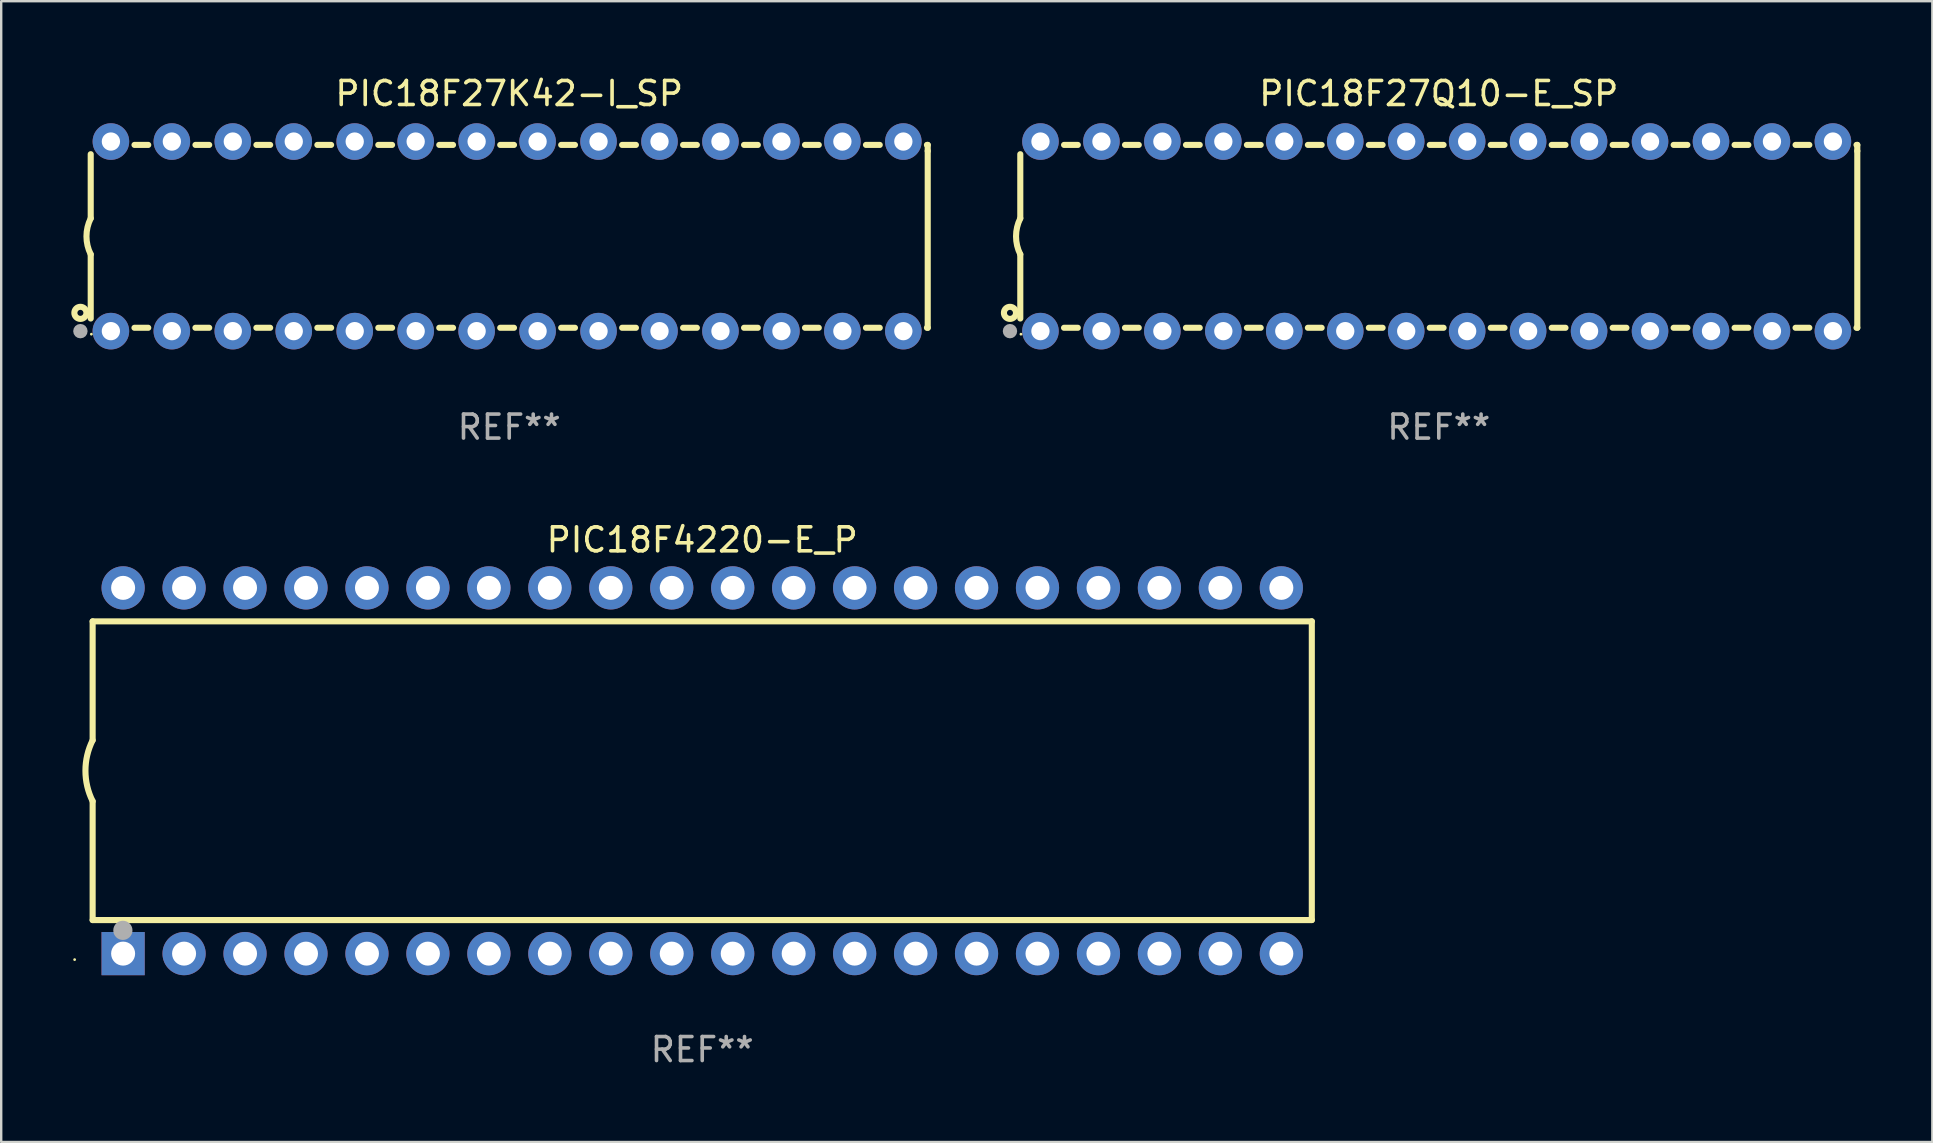
<source format=kicad_pcb>
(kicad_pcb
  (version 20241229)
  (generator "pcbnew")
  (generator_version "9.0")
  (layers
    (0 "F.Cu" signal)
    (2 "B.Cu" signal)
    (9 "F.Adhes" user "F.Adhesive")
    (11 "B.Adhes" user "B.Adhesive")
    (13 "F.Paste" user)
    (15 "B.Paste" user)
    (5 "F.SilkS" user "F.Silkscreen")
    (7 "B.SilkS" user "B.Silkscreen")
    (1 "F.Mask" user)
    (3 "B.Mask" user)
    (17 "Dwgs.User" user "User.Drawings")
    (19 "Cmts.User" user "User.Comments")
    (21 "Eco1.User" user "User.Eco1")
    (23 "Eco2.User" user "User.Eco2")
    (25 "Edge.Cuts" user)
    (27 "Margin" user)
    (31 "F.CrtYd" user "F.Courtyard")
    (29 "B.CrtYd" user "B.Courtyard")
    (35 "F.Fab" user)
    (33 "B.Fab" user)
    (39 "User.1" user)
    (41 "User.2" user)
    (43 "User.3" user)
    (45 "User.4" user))
  (footprint "PIC18F4220-E_P"
    (layer "F.Cu")
    (at 26.21 29.065)
    (property "Reference" "PIC18F4220-E_P" (at 0 -9.62 0) (layer "F.SilkS") (effects (font (size 1 1) (thickness 0.15))))
    (attr through_hole)
    (fp_line (start -25.4 -6.224) (end -25.4 -1.271) (stroke (width 0.254) (type solid)) (layer "F.SilkS"))
    (fp_line (start -25.4 -6.224) (end 25.4 -6.224) (stroke (width 0.254) (type solid)) (layer "F.SilkS"))
    (fp_line (start -25.4 1.269) (end -25.4 6.222) (stroke (width 0.254) (type solid)) (layer "F.SilkS"))
    (fp_line (start -25.4 6.222) (end 25.4 6.222) (stroke (width 0.254) (type solid)) (layer "F.SilkS"))
    (fp_line (start 25.4 6.222) (end 25.4 -6.224) (stroke (width 0.254) (type solid)) (layer "F.SilkS"))
    (fp_arc (start -25.4 1.269241) (mid -25.699807 -0.000762) (end -25.4 -1.270765) (stroke (width 0.254001) (type solid)) (layer "F.SilkS"))
    (fp_circle (center -26.15 7.87) (end -26.12 7.87) (stroke (width 0.06) (type solid)) (fill no) (layer "F.SilkS"))
    (fp_circle (center -24.14 6.65) (end -23.94 6.65) (stroke (width 0.4) (type solid)) (fill no) (layer "F.Fab"))
    (fp_text user "REF**" (at 0 11.62 0) (layer "F.Fab") (effects (font (size 1 1) (thickness 0.15))))
    (pad "1" thru_hole rect (at -24.13 7.62 90) (size 1.8 1.8) (drill 1) (layers "*.Cu" "*.Mask"))
    (pad "2" thru_hole circle (at -21.59 7.62) (size 1.8 1.8) (drill 1) (layers "*.Cu" "*.Mask"))
    (pad "3" thru_hole circle (at -19.05 7.62) (size 1.8 1.8) (drill 1) (layers "*.Cu" "*.Mask"))
    (pad "4" thru_hole circle (at -16.51 7.62) (size 1.8 1.8) (drill 1) (layers "*.Cu" "*.Mask"))
    (pad "5" thru_hole circle (at -13.97 7.62) (size 1.8 1.8) (drill 1) (layers "*.Cu" "*.Mask"))
    (pad "6" thru_hole circle (at -11.43 7.62) (size 1.8 1.8) (drill 1) (layers "*.Cu" "*.Mask"))
    (pad "7" thru_hole circle (at -8.89 7.62) (size 1.8 1.8) (drill 1) (layers "*.Cu" "*.Mask"))
    (pad "8" thru_hole circle (at -6.35 7.62) (size 1.8 1.8) (drill 1) (layers "*.Cu" "*.Mask"))
    (pad "9" thru_hole circle (at -3.81 7.62) (size 1.8 1.8) (drill 1) (layers "*.Cu" "*.Mask"))
    (pad "10" thru_hole circle (at -1.27 7.62) (size 1.8 1.8) (drill 1) (layers "*.Cu" "*.Mask"))
    (pad "11" thru_hole circle (at 1.27 7.62) (size 1.8 1.8) (drill 1) (layers "*.Cu" "*.Mask"))
    (pad "12" thru_hole circle (at 3.81 7.62) (size 1.8 1.8) (drill 1) (layers "*.Cu" "*.Mask"))
    (pad "13" thru_hole circle (at 6.35 7.62) (size 1.8 1.8) (drill 1) (layers "*.Cu" "*.Mask"))
    (pad "14" thru_hole circle (at 8.89 7.62) (size 1.8 1.8) (drill 1) (layers "*.Cu" "*.Mask"))
    (pad "15" thru_hole circle (at 11.43 7.62) (size 1.8 1.8) (drill 1) (layers "*.Cu" "*.Mask"))
    (pad "16" thru_hole circle (at 13.97 7.62) (size 1.8 1.8) (drill 1) (layers "*.Cu" "*.Mask"))
    (pad "17" thru_hole circle (at 16.51 7.62) (size 1.8 1.8) (drill 1) (layers "*.Cu" "*.Mask"))
    (pad "18" thru_hole circle (at 19.05 7.62) (size 1.8 1.8) (drill 1) (layers "*.Cu" "*.Mask"))
    (pad "19" thru_hole circle (at 21.59 7.62) (size 1.8 1.8) (drill 1) (layers "*.Cu" "*.Mask"))
    (pad "20" thru_hole circle (at 24.13 7.62) (size 1.8 1.8) (drill 1) (layers "*.Cu" "*.Mask"))
    (pad "21" thru_hole circle (at 24.13 -7.62) (size 1.8 1.8) (drill 1) (layers "*.Cu" "*.Mask"))
    (pad "22" thru_hole circle (at 21.59 -7.62) (size 1.8 1.8) (drill 1) (layers "*.Cu" "*.Mask"))
    (pad "23" thru_hole circle (at 19.05 -7.62) (size 1.8 1.8) (drill 1) (layers "*.Cu" "*.Mask"))
    (pad "24" thru_hole circle (at 16.51 -7.62) (size 1.8 1.8) (drill 1) (layers "*.Cu" "*.Mask"))
    (pad "25" thru_hole circle (at 13.97 -7.62) (size 1.8 1.8) (drill 1) (layers "*.Cu" "*.Mask"))
    (pad "26" thru_hole circle (at 11.43 -7.62) (size 1.8 1.8) (drill 1) (layers "*.Cu" "*.Mask"))
    (pad "27" thru_hole circle (at 8.89 -7.62) (size 1.8 1.8) (drill 1) (layers "*.Cu" "*.Mask"))
    (pad "28" thru_hole circle (at 6.35 -7.62) (size 1.8 1.8) (drill 1) (layers "*.Cu" "*.Mask"))
    (pad "29" thru_hole circle (at 3.81 -7.62) (size 1.8 1.8) (drill 1) (layers "*.Cu" "*.Mask"))
    (pad "30" thru_hole circle (at 1.27 -7.62) (size 1.8 1.8) (drill 1) (layers "*.Cu" "*.Mask"))
    (pad "31" thru_hole circle (at -1.27 -7.62) (size 1.8 1.8) (drill 1) (layers "*.Cu" "*.Mask"))
    (pad "32" thru_hole circle (at -3.81 -7.62) (size 1.8 1.8) (drill 1) (layers "*.Cu" "*.Mask"))
    (pad "33" thru_hole circle (at -6.35 -7.62) (size 1.8 1.8) (drill 1) (layers "*.Cu" "*.Mask"))
    (pad "34" thru_hole circle (at -8.89 -7.62) (size 1.8 1.8) (drill 1) (layers "*.Cu" "*.Mask"))
    (pad "35" thru_hole circle (at -11.43 -7.62) (size 1.8 1.8) (drill 1) (layers "*.Cu" "*.Mask"))
    (pad "36" thru_hole circle (at -13.97 -7.62) (size 1.8 1.8) (drill 1) (layers "*.Cu" "*.Mask"))
    (pad "37" thru_hole circle (at -16.51 -7.62) (size 1.8 1.8) (drill 1) (layers "*.Cu" "*.Mask"))
    (pad "38" thru_hole circle (at -19.05 -7.62) (size 1.8 1.8) (drill 1) (layers "*.Cu" "*.Mask"))
    (pad "39" thru_hole circle (at -21.59 -7.62) (size 1.8 1.8) (drill 1) (layers "*.Cu" "*.Mask"))
    (pad "40" thru_hole circle (at -24.13 -7.62) (size 1.8 1.8) (drill 1) (layers "*.Cu" "*.Mask")))
  (footprint "PIC18F27Q10-E_SP"
    (layer "F.Cu")
    (at 56.901 6.798)
    (property "Reference" "PIC18F27Q10-E_SP" (at 0 -5.95 0) (layer "F.SilkS") (effects (font (size 1 1) (thickness 0.15))))
    (attr through_hole)
    (fp_line (start -17.438 0.75) (end -17.438 3.423) (stroke (width 0.254) (type solid)) (layer "F.SilkS"))
    (fp_line (start -17.438 -3.423) (end -17.438 -0.75) (stroke (width 0.254) (type solid)) (layer "F.SilkS"))
    (fp_line (start -15.615 3.81) (end -15.041 3.81) (stroke (width 0.254) (type solid)) (layer "F.SilkS"))
    (fp_line (start -15.041 -3.81) (end -15.614 -3.81) (stroke (width 0.254) (type solid)) (layer "F.SilkS"))
    (fp_line (start -13.075 3.81) (end -12.501 3.81) (stroke (width 0.254) (type solid)) (layer "F.SilkS"))
    (fp_line (start -12.501 -3.81) (end -13.074 -3.81) (stroke (width 0.254) (type solid)) (layer "F.SilkS"))
    (fp_line (start -10.535 3.81) (end -9.961 3.81) (stroke (width 0.254) (type solid)) (layer "F.SilkS"))
    (fp_line (start -9.961 -3.81) (end -10.534 -3.81) (stroke (width 0.254) (type solid)) (layer "F.SilkS"))
    (fp_line (start -7.995 3.81) (end -7.421 3.81) (stroke (width 0.254) (type solid)) (layer "F.SilkS"))
    (fp_line (start -7.421 -3.81) (end -7.995 -3.81) (stroke (width 0.254) (type solid)) (layer "F.SilkS"))
    (fp_line (start -5.455 3.81) (end -4.881 3.81) (stroke (width 0.254) (type solid)) (layer "F.SilkS"))
    (fp_line (start -4.881 -3.81) (end -5.455 -3.81) (stroke (width 0.254) (type solid)) (layer "F.SilkS"))
    (fp_line (start -2.915 3.81) (end -2.341 3.81) (stroke (width 0.254) (type solid)) (layer "F.SilkS"))
    (fp_line (start -2.341 -3.81) (end -2.915 -3.81) (stroke (width 0.254) (type solid)) (layer "F.SilkS"))
    (fp_line (start -0.375 3.81) (end 0.199 3.81) (stroke (width 0.254) (type solid)) (layer "F.SilkS"))
    (fp_line (start 0.199 -3.81) (end -0.375 -3.81) (stroke (width 0.254) (type solid)) (layer "F.SilkS"))
    (fp_line (start 2.165 3.81) (end 2.739 3.81) (stroke (width 0.254) (type solid)) (layer "F.SilkS"))
    (fp_line (start 2.739 -3.81) (end 2.165 -3.81) (stroke (width 0.254) (type solid)) (layer "F.SilkS"))
    (fp_line (start 4.705 3.81) (end 5.279 3.81) (stroke (width 0.254) (type solid)) (layer "F.SilkS"))
    (fp_line (start 5.279 -3.81) (end 4.705 -3.81) (stroke (width 0.254) (type solid)) (layer "F.SilkS"))
    (fp_line (start 7.245 3.81) (end 7.819 3.81) (stroke (width 0.254) (type solid)) (layer "F.SilkS"))
    (fp_line (start 7.819 -3.81) (end 7.245 -3.81) (stroke (width 0.254) (type solid)) (layer "F.SilkS"))
    (fp_line (start 9.785 3.81) (end 10.359 3.81) (stroke (width 0.254) (type solid)) (layer "F.SilkS"))
    (fp_line (start 10.359 -3.81) (end 9.785 -3.81) (stroke (width 0.254) (type solid)) (layer "F.SilkS"))
    (fp_line (start 12.325 3.81) (end 12.899 3.81) (stroke (width 0.254) (type solid)) (layer "F.SilkS"))
    (fp_line (start 12.899 -3.81) (end 12.325 -3.81) (stroke (width 0.254) (type solid)) (layer "F.SilkS"))
    (fp_line (start 14.865 3.81) (end 15.439 3.81) (stroke (width 0.254) (type solid)) (layer "F.SilkS"))
    (fp_line (start 15.439 -3.81) (end 14.865 -3.81) (stroke (width 0.254) (type solid)) (layer "F.SilkS"))
    (fp_line (start 17.405 3.81) (end 17.438 3.81) (stroke (width 0.254) (type solid)) (layer "F.SilkS"))
    (fp_line (start 17.438 -3.81) (end 17.405 -3.81) (stroke (width 0.254) (type solid)) (layer "F.SilkS"))
    (fp_line (start 17.438 -3.556) (end 17.438 -3.81) (stroke (width 0.254) (type solid)) (layer "F.SilkS"))
    (fp_line (start 17.438 3.81) (end 17.438 -3.556) (stroke (width 0.254) (type solid)) (layer "F.SilkS"))
    (fp_arc (start -17.437986 0.749657) (mid -17.614887 -0.000024) (end -17.437783 -0.749657) (stroke (width 0.254001) (type solid)) (layer "F.SilkS"))
    (fp_circle (center -17.868 3.188) (end -17.743 3.188) (stroke (width 0.254) (type solid)) (fill no) (layer "F.SilkS"))
    (fp_circle (center -17.411 4.077) (end -17.381 4.077) (stroke (width 0.06) (type solid)) (fill no) (layer "F.SilkS"))
    (fp_circle (center -17.868 3.95) (end -17.718 3.95) (stroke (width 0.3) (type solid)) (fill no) (layer "F.Fab"))
    (fp_text user "REF**" (at 0 7.95 0) (layer "F.Fab") (effects (font (size 1 1) (thickness 0.15))))
    (pad "1" thru_hole circle (at -16.598 3.95) (size 1.524 1.524) (drill 0.762) (layers "*.Cu" "*.Mask"))
    (pad "2" thru_hole circle (at -14.058 3.95) (size 1.524 1.524) (drill 0.762) (layers "*.Cu" "*.Mask"))
    (pad "3" thru_hole circle (at -11.518 3.95) (size 1.524 1.524) (drill 0.762) (layers "*.Cu" "*.Mask"))
    (pad "4" thru_hole circle (at -8.978 3.95) (size 1.524 1.524) (drill 0.762) (layers "*.Cu" "*.Mask"))
    (pad "5" thru_hole circle (at -6.438 3.95) (size 1.524 1.524) (drill 0.762) (layers "*.Cu" "*.Mask"))
    (pad "6" thru_hole circle (at -3.898 3.95) (size 1.524 1.524) (drill 0.762) (layers "*.Cu" "*.Mask"))
    (pad "7" thru_hole circle (at -1.358 3.95) (size 1.524 1.524) (drill 0.762) (layers "*.Cu" "*.Mask"))
    (pad "8" thru_hole circle (at 1.182 3.95) (size 1.524 1.524) (drill 0.762) (layers "*.Cu" "*.Mask"))
    (pad "9" thru_hole circle (at 3.722 3.95) (size 1.524 1.524) (drill 0.762) (layers "*.Cu" "*.Mask"))
    (pad "10" thru_hole circle (at 6.262 3.95) (size 1.524 1.524) (drill 0.762) (layers "*.Cu" "*.Mask"))
    (pad "11" thru_hole circle (at 8.802 3.95) (size 1.524 1.524) (drill 0.762) (layers "*.Cu" "*.Mask"))
    (pad "12" thru_hole circle (at 11.342 3.95) (size 1.524 1.524) (drill 0.762) (layers "*.Cu" "*.Mask"))
    (pad "13" thru_hole circle (at 13.882 3.95) (size 1.524 1.524) (drill 0.762) (layers "*.Cu" "*.Mask"))
    (pad "14" thru_hole circle (at 16.422 3.95) (size 1.524 1.524) (drill 0.762) (layers "*.Cu" "*.Mask"))
    (pad "15" thru_hole circle (at 16.422 -3.95) (size 1.524 1.524) (drill 0.762) (layers "*.Cu" "*.Mask"))
    (pad "16" thru_hole circle (at 13.882 -3.95) (size 1.524 1.524) (drill 0.762) (layers "*.Cu" "*.Mask"))
    (pad "17" thru_hole circle (at 11.342 -3.95) (size 1.524 1.524) (drill 0.762) (layers "*.Cu" "*.Mask"))
    (pad "18" thru_hole circle (at 8.802 -3.95) (size 1.524 1.524) (drill 0.762) (layers "*.Cu" "*.Mask"))
    (pad "19" thru_hole circle (at 6.262 -3.95) (size 1.524 1.524) (drill 0.762) (layers "*.Cu" "*.Mask"))
    (pad "20" thru_hole circle (at 3.722 -3.95) (size 1.524 1.524) (drill 0.762) (layers "*.Cu" "*.Mask"))
    (pad "21" thru_hole circle (at 1.182 -3.95) (size 1.524 1.524) (drill 0.762) (layers "*.Cu" "*.Mask"))
    (pad "22" thru_hole circle (at -1.358 -3.95) (size 1.524 1.524) (drill 0.762) (layers "*.Cu" "*.Mask"))
    (pad "23" thru_hole circle (at -3.898 -3.95) (size 1.524 1.524) (drill 0.762) (layers "*.Cu" "*.Mask"))
    (pad "24" thru_hole circle (at -6.438 -3.95) (size 1.524 1.524) (drill 0.762) (layers "*.Cu" "*.Mask"))
    (pad "25" thru_hole circle (at -8.978 -3.95) (size 1.524 1.524) (drill 0.762) (layers "*.Cu" "*.Mask"))
    (pad "26" thru_hole circle (at -11.517 -3.95) (size 1.524 1.524) (drill 0.762) (layers "*.Cu" "*.Mask"))
    (pad "27" thru_hole circle (at -14.057 -3.95) (size 1.524 1.524) (drill 0.762) (layers "*.Cu" "*.Mask"))
    (pad "28" thru_hole circle (at -16.597 -3.95) (size 1.524 1.524) (drill 0.762) (layers "*.Cu" "*.Mask")))
  (footprint "PIC18F27K42-I_SP"
    (layer "F.Cu")
    (at 18.168 6.798)
    (property "Reference" "PIC18F27K42-I_SP" (at 0 -5.95 0) (layer "F.SilkS") (effects (font (size 1 1) (thickness 0.15))))
    (attr through_hole)
    (fp_line (start -17.438 0.75) (end -17.438 3.423) (stroke (width 0.254) (type solid)) (layer "F.SilkS"))
    (fp_line (start -17.438 -3.423) (end -17.438 -0.75) (stroke (width 0.254) (type solid)) (layer "F.SilkS"))
    (fp_line (start -15.615 3.81) (end -15.041 3.81) (stroke (width 0.254) (type solid)) (layer "F.SilkS"))
    (fp_line (start -15.041 -3.81) (end -15.614 -3.81) (stroke (width 0.254) (type solid)) (layer "F.SilkS"))
    (fp_line (start -13.075 3.81) (end -12.501 3.81) (stroke (width 0.254) (type solid)) (layer "F.SilkS"))
    (fp_line (start -12.501 -3.81) (end -13.074 -3.81) (stroke (width 0.254) (type solid)) (layer "F.SilkS"))
    (fp_line (start -10.535 3.81) (end -9.961 3.81) (stroke (width 0.254) (type solid)) (layer "F.SilkS"))
    (fp_line (start -9.961 -3.81) (end -10.534 -3.81) (stroke (width 0.254) (type solid)) (layer "F.SilkS"))
    (fp_line (start -7.995 3.81) (end -7.421 3.81) (stroke (width 0.254) (type solid)) (layer "F.SilkS"))
    (fp_line (start -7.421 -3.81) (end -7.995 -3.81) (stroke (width 0.254) (type solid)) (layer "F.SilkS"))
    (fp_line (start -5.455 3.81) (end -4.881 3.81) (stroke (width 0.254) (type solid)) (layer "F.SilkS"))
    (fp_line (start -4.881 -3.81) (end -5.455 -3.81) (stroke (width 0.254) (type solid)) (layer "F.SilkS"))
    (fp_line (start -2.915 3.81) (end -2.341 3.81) (stroke (width 0.254) (type solid)) (layer "F.SilkS"))
    (fp_line (start -2.341 -3.81) (end -2.915 -3.81) (stroke (width 0.254) (type solid)) (layer "F.SilkS"))
    (fp_line (start -0.375 3.81) (end 0.199 3.81) (stroke (width 0.254) (type solid)) (layer "F.SilkS"))
    (fp_line (start 0.199 -3.81) (end -0.375 -3.81) (stroke (width 0.254) (type solid)) (layer "F.SilkS"))
    (fp_line (start 2.165 3.81) (end 2.739 3.81) (stroke (width 0.254) (type solid)) (layer "F.SilkS"))
    (fp_line (start 2.739 -3.81) (end 2.165 -3.81) (stroke (width 0.254) (type solid)) (layer "F.SilkS"))
    (fp_line (start 4.705 3.81) (end 5.279 3.81) (stroke (width 0.254) (type solid)) (layer "F.SilkS"))
    (fp_line (start 5.279 -3.81) (end 4.705 -3.81) (stroke (width 0.254) (type solid)) (layer "F.SilkS"))
    (fp_line (start 7.245 3.81) (end 7.819 3.81) (stroke (width 0.254) (type solid)) (layer "F.SilkS"))
    (fp_line (start 7.819 -3.81) (end 7.245 -3.81) (stroke (width 0.254) (type solid)) (layer "F.SilkS"))
    (fp_line (start 9.785 3.81) (end 10.359 3.81) (stroke (width 0.254) (type solid)) (layer "F.SilkS"))
    (fp_line (start 10.359 -3.81) (end 9.785 -3.81) (stroke (width 0.254) (type solid)) (layer "F.SilkS"))
    (fp_line (start 12.325 3.81) (end 12.899 3.81) (stroke (width 0.254) (type solid)) (layer "F.SilkS"))
    (fp_line (start 12.899 -3.81) (end 12.325 -3.81) (stroke (width 0.254) (type solid)) (layer "F.SilkS"))
    (fp_line (start 14.865 3.81) (end 15.439 3.81) (stroke (width 0.254) (type solid)) (layer "F.SilkS"))
    (fp_line (start 15.439 -3.81) (end 14.865 -3.81) (stroke (width 0.254) (type solid)) (layer "F.SilkS"))
    (fp_line (start 17.405 3.81) (end 17.438 3.81) (stroke (width 0.254) (type solid)) (layer "F.SilkS"))
    (fp_line (start 17.438 -3.81) (end 17.405 -3.81) (stroke (width 0.254) (type solid)) (layer "F.SilkS"))
    (fp_line (start 17.438 -3.556) (end 17.438 -3.81) (stroke (width 0.254) (type solid)) (layer "F.SilkS"))
    (fp_line (start 17.438 3.81) (end 17.438 -3.556) (stroke (width 0.254) (type solid)) (layer "F.SilkS"))
    (fp_arc (start -17.437986 0.749657) (mid -17.614887 -0.000024) (end -17.437783 -0.749657) (stroke (width 0.254001) (type solid)) (layer "F.SilkS"))
    (fp_circle (center -17.868 3.188) (end -17.743 3.188) (stroke (width 0.254) (type solid)) (fill no) (layer "F.SilkS"))
    (fp_circle (center -17.411 4.077) (end -17.381 4.077) (stroke (width 0.06) (type solid)) (fill no) (layer "F.SilkS"))
    (fp_circle (center -17.868 3.95) (end -17.718 3.95) (stroke (width 0.3) (type solid)) (fill no) (layer "F.Fab"))
    (fp_text user "REF**" (at 0 7.95 0) (layer "F.Fab") (effects (font (size 1 1) (thickness 0.15))))
    (pad "1" thru_hole circle (at -16.598 3.95) (size 1.524 1.524) (drill 0.762) (layers "*.Cu" "*.Mask"))
    (pad "2" thru_hole circle (at -14.058 3.95) (size 1.524 1.524) (drill 0.762) (layers "*.Cu" "*.Mask"))
    (pad "3" thru_hole circle (at -11.518 3.95) (size 1.524 1.524) (drill 0.762) (layers "*.Cu" "*.Mask"))
    (pad "4" thru_hole circle (at -8.978 3.95) (size 1.524 1.524) (drill 0.762) (layers "*.Cu" "*.Mask"))
    (pad "5" thru_hole circle (at -6.438 3.95) (size 1.524 1.524) (drill 0.762) (layers "*.Cu" "*.Mask"))
    (pad "6" thru_hole circle (at -3.898 3.95) (size 1.524 1.524) (drill 0.762) (layers "*.Cu" "*.Mask"))
    (pad "7" thru_hole circle (at -1.358 3.95) (size 1.524 1.524) (drill 0.762) (layers "*.Cu" "*.Mask"))
    (pad "8" thru_hole circle (at 1.182 3.95) (size 1.524 1.524) (drill 0.762) (layers "*.Cu" "*.Mask"))
    (pad "9" thru_hole circle (at 3.722 3.95) (size 1.524 1.524) (drill 0.762) (layers "*.Cu" "*.Mask"))
    (pad "10" thru_hole circle (at 6.262 3.95) (size 1.524 1.524) (drill 0.762) (layers "*.Cu" "*.Mask"))
    (pad "11" thru_hole circle (at 8.802 3.95) (size 1.524 1.524) (drill 0.762) (layers "*.Cu" "*.Mask"))
    (pad "12" thru_hole circle (at 11.342 3.95) (size 1.524 1.524) (drill 0.762) (layers "*.Cu" "*.Mask"))
    (pad "13" thru_hole circle (at 13.882 3.95) (size 1.524 1.524) (drill 0.762) (layers "*.Cu" "*.Mask"))
    (pad "14" thru_hole circle (at 16.422 3.95) (size 1.524 1.524) (drill 0.762) (layers "*.Cu" "*.Mask"))
    (pad "15" thru_hole circle (at 16.422 -3.95) (size 1.524 1.524) (drill 0.762) (layers "*.Cu" "*.Mask"))
    (pad "16" thru_hole circle (at 13.882 -3.95) (size 1.524 1.524) (drill 0.762) (layers "*.Cu" "*.Mask"))
    (pad "17" thru_hole circle (at 11.342 -3.95) (size 1.524 1.524) (drill 0.762) (layers "*.Cu" "*.Mask"))
    (pad "18" thru_hole circle (at 8.802 -3.95) (size 1.524 1.524) (drill 0.762) (layers "*.Cu" "*.Mask"))
    (pad "19" thru_hole circle (at 6.262 -3.95) (size 1.524 1.524) (drill 0.762) (layers "*.Cu" "*.Mask"))
    (pad "20" thru_hole circle (at 3.722 -3.95) (size 1.524 1.524) (drill 0.762) (layers "*.Cu" "*.Mask"))
    (pad "21" thru_hole circle (at 1.182 -3.95) (size 1.524 1.524) (drill 0.762) (layers "*.Cu" "*.Mask"))
    (pad "22" thru_hole circle (at -1.358 -3.95) (size 1.524 1.524) (drill 0.762) (layers "*.Cu" "*.Mask"))
    (pad "23" thru_hole circle (at -3.898 -3.95) (size 1.524 1.524) (drill 0.762) (layers "*.Cu" "*.Mask"))
    (pad "24" thru_hole circle (at -6.438 -3.95) (size 1.524 1.524) (drill 0.762) (layers "*.Cu" "*.Mask"))
    (pad "25" thru_hole circle (at -8.978 -3.95) (size 1.524 1.524) (drill 0.762) (layers "*.Cu" "*.Mask"))
    (pad "26" thru_hole circle (at -11.517 -3.95) (size 1.524 1.524) (drill 0.762) (layers "*.Cu" "*.Mask"))
    (pad "27" thru_hole circle (at -14.057 -3.95) (size 1.524 1.524) (drill 0.762) (layers "*.Cu" "*.Mask"))
    (pad "28" thru_hole circle (at -16.597 -3.95) (size 1.524 1.524) (drill 0.762) (layers "*.Cu" "*.Mask")))
  (gr_rect
    (start -3 -3)
    (end 77.466 44.533)
    (stroke (width 0.1) (type default))
    (fill no)
    (layer "Edge.Cuts")))
</source>
